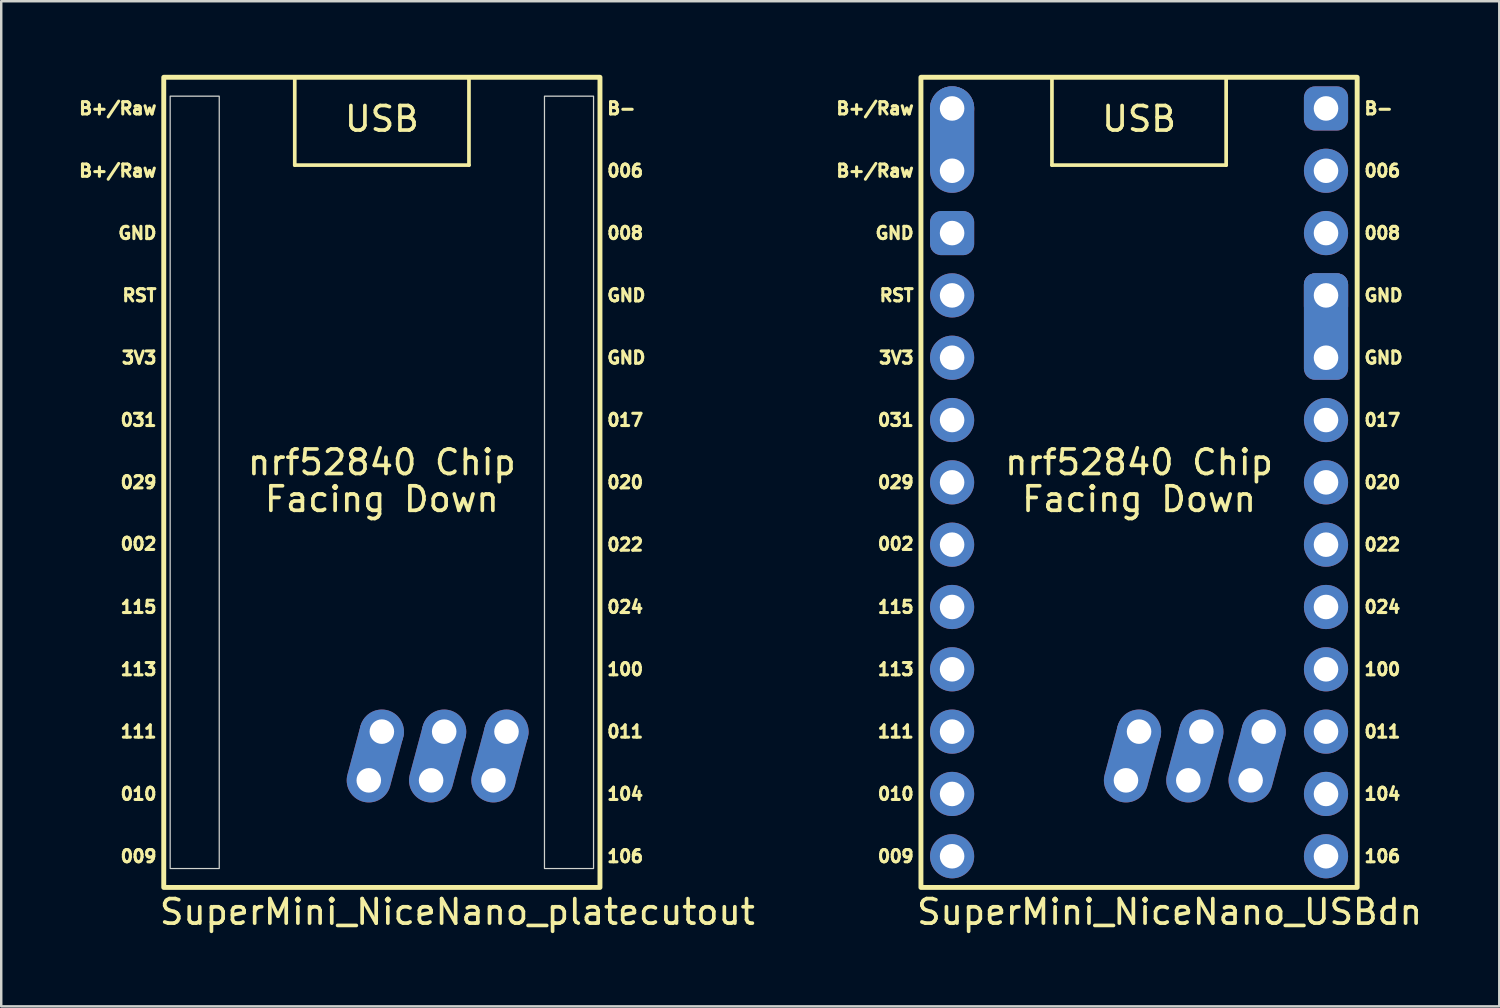
<source format=kicad_pcb>
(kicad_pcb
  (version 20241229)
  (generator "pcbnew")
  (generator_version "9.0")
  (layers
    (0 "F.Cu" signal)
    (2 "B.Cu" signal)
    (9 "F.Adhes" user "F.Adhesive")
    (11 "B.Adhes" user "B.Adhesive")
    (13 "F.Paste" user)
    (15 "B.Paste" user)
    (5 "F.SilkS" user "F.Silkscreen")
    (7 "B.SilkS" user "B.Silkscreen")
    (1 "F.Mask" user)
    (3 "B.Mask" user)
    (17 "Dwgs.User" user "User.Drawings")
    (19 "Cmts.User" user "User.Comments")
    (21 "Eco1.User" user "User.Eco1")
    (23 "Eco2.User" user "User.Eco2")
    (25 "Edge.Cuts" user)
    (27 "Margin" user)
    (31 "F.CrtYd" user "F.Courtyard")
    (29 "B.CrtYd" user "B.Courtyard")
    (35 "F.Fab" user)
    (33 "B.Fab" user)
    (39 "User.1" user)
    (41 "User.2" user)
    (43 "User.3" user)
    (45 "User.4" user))
  (footprint "SuperMini_NiceNano_USBdn"
    (layer "F.Cu")
    (at 43.376 17.88)
    (property "Reference" "SuperMini_NiceNano_USBdn" (at -9.14 16.24 0) (layer "F.SilkS") (effects (font (size 1 1) (thickness 0.15)) (justify left)))
    (attr through_hole exclude_from_pos_files exclude_from_bom)
    (fp_line (start -3.55 -14.2) (end -3.55 -17.78) (stroke (width 0.15) (type default)) (layer "F.SilkS"))
    (fp_line (start 3.55 -14.2) (end -3.55 -14.2) (stroke (width 0.15) (type default)) (layer "F.SilkS"))
    (fp_line (start 3.55 -14.2) (end 3.55 -17.78) (stroke (width 0.15) (type default)) (layer "F.SilkS"))
    (fp_rect (start 8.89 -17.78) (end -8.89 15.24) (stroke (width 0.2) (type solid)) (fill no) (layer "F.SilkS"))
    (fp_text user "008" (at 9.12 -11.43 0) (unlocked yes) (layer "F.SilkS") (effects (font (size 0.5 0.5) (thickness 0.125)) (justify left)))
    (fp_text user "020" (at 9.12 -1.27 0) (unlocked yes) (layer "F.SilkS") (effects (font (size 0.5 0.5) (thickness 0.125)) (justify left)))
    (fp_text user "002" (at -9.12 1.24 0) (unlocked yes) (layer "F.SilkS") (effects (font (size 0.5 0.5) (thickness 0.125)) (justify right)))
    (fp_text user "106" (at 9.12 13.97 0) (unlocked yes) (layer "F.SilkS") (effects (font (size 0.5 0.5) (thickness 0.125)) (justify left)))
    (fp_text user "USB" (at 0 -15.5 0) (unlocked yes) (layer "F.SilkS") (effects (font (size 1 1) (thickness 0.15)) (justify bottom)))
    (fp_text user "B+/Raw" (at -9.12 -16.51 0) (unlocked yes) (layer "F.SilkS") (effects (font (size 0.5 0.5) (thickness 0.125)) (justify right)))
    (fp_text user "B+/Raw" (at -9.12 -13.97 0) (unlocked yes) (layer "F.SilkS") (effects (font (size 0.5 0.5) (thickness 0.125)) (justify right)))
    (fp_text user "3V3" (at -9.12 -6.35 0) (unlocked yes) (layer "F.SilkS") (effects (font (size 0.5 0.5) (thickness 0.125)) (justify right)))
    (fp_text user "100" (at 9.12 6.35 0) (unlocked yes) (layer "F.SilkS") (effects (font (size 0.5 0.5) (thickness 0.125)) (justify left)))
    (fp_text user "031" (at -9.12 -3.81 0) (unlocked yes) (layer "F.SilkS") (effects (font (size 0.5 0.5) (thickness 0.125)) (justify right)))
    (fp_text user "011" (at 9.12 8.89 0) (unlocked yes) (layer "F.SilkS") (effects (font (size 0.5 0.5) (thickness 0.125)) (justify left)))
    (fp_text user "017" (at 9.12 -3.81 0) (unlocked yes) (layer "F.SilkS") (effects (font (size 0.5 0.5) (thickness 0.125)) (justify left)))
    (fp_text user "B-" (at 9.12 -16.51 0) (unlocked yes) (layer "F.SilkS") (effects (font (size 0.5 0.5) (thickness 0.125)) (justify left)))
    (fp_text user "113" (at -9.12 6.35 0) (unlocked yes) (layer "F.SilkS") (effects (font (size 0.5 0.5) (thickness 0.125)) (justify right)))
    (fp_text user "010" (at -9.12 11.43 0) (unlocked yes) (layer "F.SilkS") (effects (font (size 0.5 0.5) (thickness 0.125)) (justify right)))
    (fp_text user "024" (at 9.12 3.81 0) (unlocked yes) (layer "F.SilkS") (effects (font (size 0.5 0.5) (thickness 0.125)) (justify left)))
    (fp_text user "022" (at 9.12 1.27 0) (unlocked yes) (layer "F.SilkS") (effects (font (size 0.5 0.5) (thickness 0.125)) (justify left)))
    (fp_text user "GND" (at 9.12 -6.35 0) (unlocked yes) (layer "F.SilkS") (effects (font (size 0.5 0.5) (thickness 0.125)) (justify left)))
    (fp_text user "029" (at -9.12 -1.27 0) (unlocked yes) (layer "F.SilkS") (effects (font (size 0.5 0.5) (thickness 0.125)) (justify right)))
    (fp_text user "RST" (at -9.12 -8.89 0) (unlocked yes) (layer "F.SilkS") (effects (font (size 0.5 0.5) (thickness 0.125)) (justify right)))
    (fp_text user "GND" (at 9.12 -8.89 0) (unlocked yes) (layer "F.SilkS") (effects (font (size 0.5 0.5) (thickness 0.125)) (justify left)))
    (fp_text user "GND" (at -9.12 -11.43 0) (unlocked yes) (layer "F.SilkS") (effects (font (size 0.5 0.5) (thickness 0.125)) (justify right)))
    (fp_text user "Facing Down" (at 0 0 0) (unlocked yes) (layer "F.SilkS") (effects (font (size 1 1) (thickness 0.15)) (justify bottom)))
    (fp_text user "006" (at 9.12 -13.97 0) (unlocked yes) (layer "F.SilkS") (effects (font (size 0.5 0.5) (thickness 0.125)) (justify left)))
    (fp_text user "111" (at -9.12 8.89 0) (unlocked yes) (layer "F.SilkS") (effects (font (size 0.5 0.5) (thickness 0.125)) (justify right)))
    (fp_text user "104" (at 9.12 11.43 0) (unlocked yes) (layer "F.SilkS") (effects (font (size 0.5 0.5) (thickness 0.125)) (justify left)))
    (fp_text user "115" (at -9.12 3.81 0) (unlocked yes) (layer "F.SilkS") (effects (font (size 0.5 0.5) (thickness 0.125)) (justify right)))
    (fp_text user "009" (at -9.12 13.97 0) (unlocked yes) (layer "F.SilkS") (effects (font (size 0.5 0.5) (thickness 0.125)) (justify right)))
    (fp_text user "nrf52840 Chip" (at 0 -1.5 0) (unlocked yes) (layer "F.SilkS") (effects (font (size 1 1) (thickness 0.15)) (justify bottom)))
    (pad "1" thru_hole circle (at 7.62 -13.97) (size 1.8 1.8) (drill 1) (layers "*.Cu" "*.Mask"))
    (pad "2" thru_hole circle (at 7.62 -11.43) (size 1.8 1.8) (drill 1) (layers "*.Cu" "*.Mask"))
    (pad "3" thru_hole roundrect (at 7.62 -8.89) (size 1.8 1.8) (drill 1) (layers "*.Cu" "*.Mask") (roundrect_rratio 0.25))
    (pad "4" thru_hole roundrect (at 7.62 -6.35) (size 1.8 4.34) (drill 1 (offset 0 -1.27)) (layers "*.Cu" "*.Mask") (roundrect_rratio 0.25))
    (pad "5" thru_hole circle (at 7.62 -3.81) (size 1.8 1.8) (drill 1) (layers "*.Cu" "*.Mask"))
    (pad "6" thru_hole circle (at 7.62 -1.27) (size 1.8 1.8) (drill 1) (layers "*.Cu" "*.Mask"))
    (pad "7" thru_hole circle (at 7.62 1.27) (size 1.8 1.8) (drill 1) (layers "*.Cu" "*.Mask"))
    (pad "8" thru_hole circle (at 7.62 3.81) (size 1.8 1.8) (drill 1) (layers "*.Cu" "*.Mask"))
    (pad "9" thru_hole circle (at 7.62 6.35) (size 1.8 1.8) (drill 1) (layers "*.Cu" "*.Mask"))
    (pad "10" thru_hole circle (at 7.62 8.89) (size 1.8 1.8) (drill 1) (layers "*.Cu" "*.Mask"))
    (pad "11" thru_hole circle (at 7.62 11.43) (size 1.8 1.8) (drill 1) (layers "*.Cu" "*.Mask"))
    (pad "12" thru_hole circle (at 7.62 13.97) (size 1.8 1.8) (drill 1) (layers "*.Cu" "*.Mask"))
    (pad "13" thru_hole oval (at -7.62 -13.97) (size 1.8 4.34) (drill 1 (offset 0 -1.27)) (layers "*.Cu" "*.Mask"))
    (pad "14" thru_hole roundrect (at -7.62 -11.43) (size 1.8 1.8) (drill 1) (layers "*.Cu" "*.Mask") (roundrect_rratio 0.25))
    (pad "15" thru_hole circle (at -7.62 -8.89) (size 1.8 1.8) (drill 1) (layers "*.Cu" "*.Mask"))
    (pad "16" thru_hole circle (at -7.62 -6.35) (size 1.8 1.8) (drill 1) (layers "*.Cu" "*.Mask"))
    (pad "17" thru_hole circle (at -7.62 -3.81) (size 1.8 1.8) (drill 1) (layers "*.Cu" "*.Mask"))
    (pad "18" thru_hole circle (at -7.62 -1.27) (size 1.8 1.8) (drill 1) (layers "*.Cu" "*.Mask"))
    (pad "19" thru_hole circle (at -7.62 1.27) (size 1.8 1.8) (drill 1) (layers "*.Cu" "*.Mask"))
    (pad "20" thru_hole circle (at -7.62 3.81) (size 1.8 1.8) (drill 1) (layers "*.Cu" "*.Mask"))
    (pad "21" thru_hole circle (at -7.62 6.35) (size 1.8 1.8) (drill 1) (layers "*.Cu" "*.Mask"))
    (pad "22" thru_hole circle (at -7.62 8.89) (size 1.8 1.8) (drill 1) (layers "*.Cu" "*.Mask"))
    (pad "23" thru_hole circle (at -7.62 11.43) (size 1.8 1.8) (drill 1) (layers "*.Cu" "*.Mask"))
    (pad "24" thru_hole circle (at -7.62 13.97) (size 1.8 1.8) (drill 1) (layers "*.Cu" "*.Mask"))
    (pad "25" thru_hole oval (at 4.547 10.876 345) (size 1.8 3.8) (drill 1 (offset 0 -1)) (layers "*.Cu" "*.Mask"))
    (pad "25" thru_hole circle (at 5.08 8.89 345) (size 1.8 1.8) (drill 1) (layers "*.Cu" "*.Mask"))
    (pad "26" thru_hole oval (at 2.007 10.876 345) (size 1.8 3.8) (drill 1 (offset 0 -1)) (layers "*.Cu" "*.Mask"))
    (pad "26" thru_hole circle (at 2.54 8.89) (size 1.8 1.8) (drill 1) (layers "*.Cu" "*.Mask"))
    (pad "27" thru_hole oval (at -0.533 10.876 345) (size 1.8 3.8) (drill 1 (offset 0 -1)) (layers "*.Cu" "*.Mask"))
    (pad "27" thru_hole circle (at 0 8.89) (size 1.8 1.8) (drill 1) (layers "*.Cu" "*.Mask"))
    (pad "28" thru_hole roundrect (at 7.62 -16.51) (size 1.8 1.8) (drill 1) (layers "*.Cu" "*.Mask") (roundrect_rratio 0.25))
    (pad "29" thru_hole circle (at -7.62 -16.51) (size 1.8 1.8) (drill 1) (layers "*.Cu" "*.Mask" "B.Adhes")))
  (footprint "SuperMini_NiceNano_platecutout"
    (layer "F.Cu")
    (at 12.514 17.88)
    (property "Reference" "SuperMini_NiceNano_platecutout" (at -9.14 16.24 0) (layer "F.SilkS") (effects (font (size 1 1) (thickness 0.15)) (justify left)))
    (attr through_hole exclude_from_pos_files exclude_from_bom)
    (fp_line (start -3.55 -14.2) (end -3.55 -17.78) (stroke (width 0.15) (type default)) (layer "F.SilkS"))
    (fp_line (start 3.55 -14.2) (end -3.55 -14.2) (stroke (width 0.15) (type default)) (layer "F.SilkS"))
    (fp_line (start 3.55 -14.2) (end 3.55 -17.78) (stroke (width 0.15) (type default)) (layer "F.SilkS"))
    (fp_rect (start 8.89 -17.78) (end -8.89 15.24) (stroke (width 0.2) (type solid)) (fill no) (layer "F.SilkS"))
    (fp_rect (start -8.628 -17.01) (end -6.628 14.47) (stroke (width 0.05) (type solid)) (fill no) (layer "Edge.Cuts"))
    (fp_rect (start 6.628 -17.01) (end 8.628 14.47) (stroke (width 0.05) (type solid)) (fill no) (layer "Edge.Cuts"))
    (fp_text user "GND" (at -9.12 -11.43 0) (unlocked yes) (layer "F.SilkS") (effects (font (size 0.5 0.5) (thickness 0.125)) (justify right)))
    (fp_text user "022" (at 9.12 1.27 0) (unlocked yes) (layer "F.SilkS") (effects (font (size 0.5 0.5) (thickness 0.125)) (justify left)))
    (fp_text user "009" (at -9.12 13.97 0) (unlocked yes) (layer "F.SilkS") (effects (font (size 0.5 0.5) (thickness 0.125)) (justify right)))
    (fp_text user "010" (at -9.12 11.43 0) (unlocked yes) (layer "F.SilkS") (effects (font (size 0.5 0.5) (thickness 0.125)) (justify right)))
    (fp_text user "011" (at 9.12 8.89 0) (unlocked yes) (layer "F.SilkS") (effects (font (size 0.5 0.5) (thickness 0.125)) (justify left)))
    (fp_text user "017" (at 9.12 -3.81 0) (unlocked yes) (layer "F.SilkS") (effects (font (size 0.5 0.5) (thickness 0.125)) (justify left)))
    (fp_text user "024" (at 9.12 3.81 0) (unlocked yes) (layer "F.SilkS") (effects (font (size 0.5 0.5) (thickness 0.125)) (justify left)))
    (fp_text user "nrf52840 Chip" (at 0 -1.5 0) (unlocked yes) (layer "F.SilkS") (effects (font (size 1 1) (thickness 0.15)) (justify bottom)))
    (fp_text user "B+/Raw" (at -9.12 -13.97 0) (unlocked yes) (layer "F.SilkS") (effects (font (size 0.5 0.5) (thickness 0.125)) (justify right)))
    (fp_text user "002" (at -9.12 1.24 0) (unlocked yes) (layer "F.SilkS") (effects (font (size 0.5 0.5) (thickness 0.125)) (justify right)))
    (fp_text user "029" (at -9.12 -1.27 0) (unlocked yes) (layer "F.SilkS") (effects (font (size 0.5 0.5) (thickness 0.125)) (justify right)))
    (fp_text user "006" (at 9.12 -13.97 0) (unlocked yes) (layer "F.SilkS") (effects (font (size 0.5 0.5) (thickness 0.125)) (justify left)))
    (fp_text user "008" (at 9.12 -11.43 0) (unlocked yes) (layer "F.SilkS") (effects (font (size 0.5 0.5) (thickness 0.125)) (justify left)))
    (fp_text user "USB" (at 0 -15.5 0) (unlocked yes) (layer "F.SilkS") (effects (font (size 1 1) (thickness 0.15)) (justify bottom)))
    (fp_text user "RST" (at -9.12 -8.89 0) (unlocked yes) (layer "F.SilkS") (effects (font (size 0.5 0.5) (thickness 0.125)) (justify right)))
    (fp_text user "115" (at -9.12 3.81 0) (unlocked yes) (layer "F.SilkS") (effects (font (size 0.5 0.5) (thickness 0.125)) (justify right)))
    (fp_text user "111" (at -9.12 8.89 0) (unlocked yes) (layer "F.SilkS") (effects (font (size 0.5 0.5) (thickness 0.125)) (justify right)))
    (fp_text user "B+/Raw" (at -9.12 -16.51 0) (unlocked yes) (layer "F.SilkS") (effects (font (size 0.5 0.5) (thickness 0.125)) (justify right)))
    (fp_text user "GND" (at 9.12 -8.89 0) (unlocked yes) (layer "F.SilkS") (effects (font (size 0.5 0.5) (thickness 0.125)) (justify left)))
    (fp_text user "B-" (at 9.12 -16.51 0) (unlocked yes) (layer "F.SilkS") (effects (font (size 0.5 0.5) (thickness 0.125)) (justify left)))
    (fp_text user "106" (at 9.12 13.97 0) (unlocked yes) (layer "F.SilkS") (effects (font (size 0.5 0.5) (thickness 0.125)) (justify left)))
    (fp_text user "104" (at 9.12 11.43 0) (unlocked yes) (layer "F.SilkS") (effects (font (size 0.5 0.5) (thickness 0.125)) (justify left)))
    (fp_text user "3V3" (at -9.12 -6.35 0) (unlocked yes) (layer "F.SilkS") (effects (font (size 0.5 0.5) (thickness 0.125)) (justify right)))
    (fp_text user "100" (at 9.12 6.35 0) (unlocked yes) (layer "F.SilkS") (effects (font (size 0.5 0.5) (thickness 0.125)) (justify left)))
    (fp_text user "020" (at 9.12 -1.27 0) (unlocked yes) (layer "F.SilkS") (effects (font (size 0.5 0.5) (thickness 0.125)) (justify left)))
    (fp_text user "113" (at -9.12 6.35 0) (unlocked yes) (layer "F.SilkS") (effects (font (size 0.5 0.5) (thickness 0.125)) (justify right)))
    (fp_text user "Facing Down" (at 0 0 0) (unlocked yes) (layer "F.SilkS") (effects (font (size 1 1) (thickness 0.15)) (justify bottom)))
    (fp_text user "GND" (at 9.12 -6.35 0) (unlocked yes) (layer "F.SilkS") (effects (font (size 0.5 0.5) (thickness 0.125)) (justify left)))
    (fp_text user "031" (at -9.12 -3.81 0) (unlocked yes) (layer "F.SilkS") (effects (font (size 0.5 0.5) (thickness 0.125)) (justify right)))
    (pad "" thru_hole oval (at -0.533 10.876 345) (size 1.8 3.8) (drill 1 (offset 0 -1)) (layers))
    (pad "" thru_hole circle (at 0 8.89) (size 1.8 1.8) (drill 1) (layers))
    (pad "" thru_hole oval (at 2.007 10.876 345) (size 1.8 3.8) (drill 1 (offset 0 -1)) (property pad_prop_castellated) (layers))
    (pad "" thru_hole circle (at 2.54 8.89) (size 1.8 1.8) (drill 1) (layers))
    (pad "" thru_hole oval (at 4.547 10.876 345) (size 1.8 3.8) (drill 1 (offset 0 -1)) (layers))
    (pad "" thru_hole circle (at 5.08 8.89 345) (size 1.8 1.8) (drill 1) (layers)))
  (gr_rect
    (start -3 -3)
    (end 58.058 37.968)
    (stroke (width 0.1) (type default))
    (fill no)
    (layer "Edge.Cuts")))
</source>
